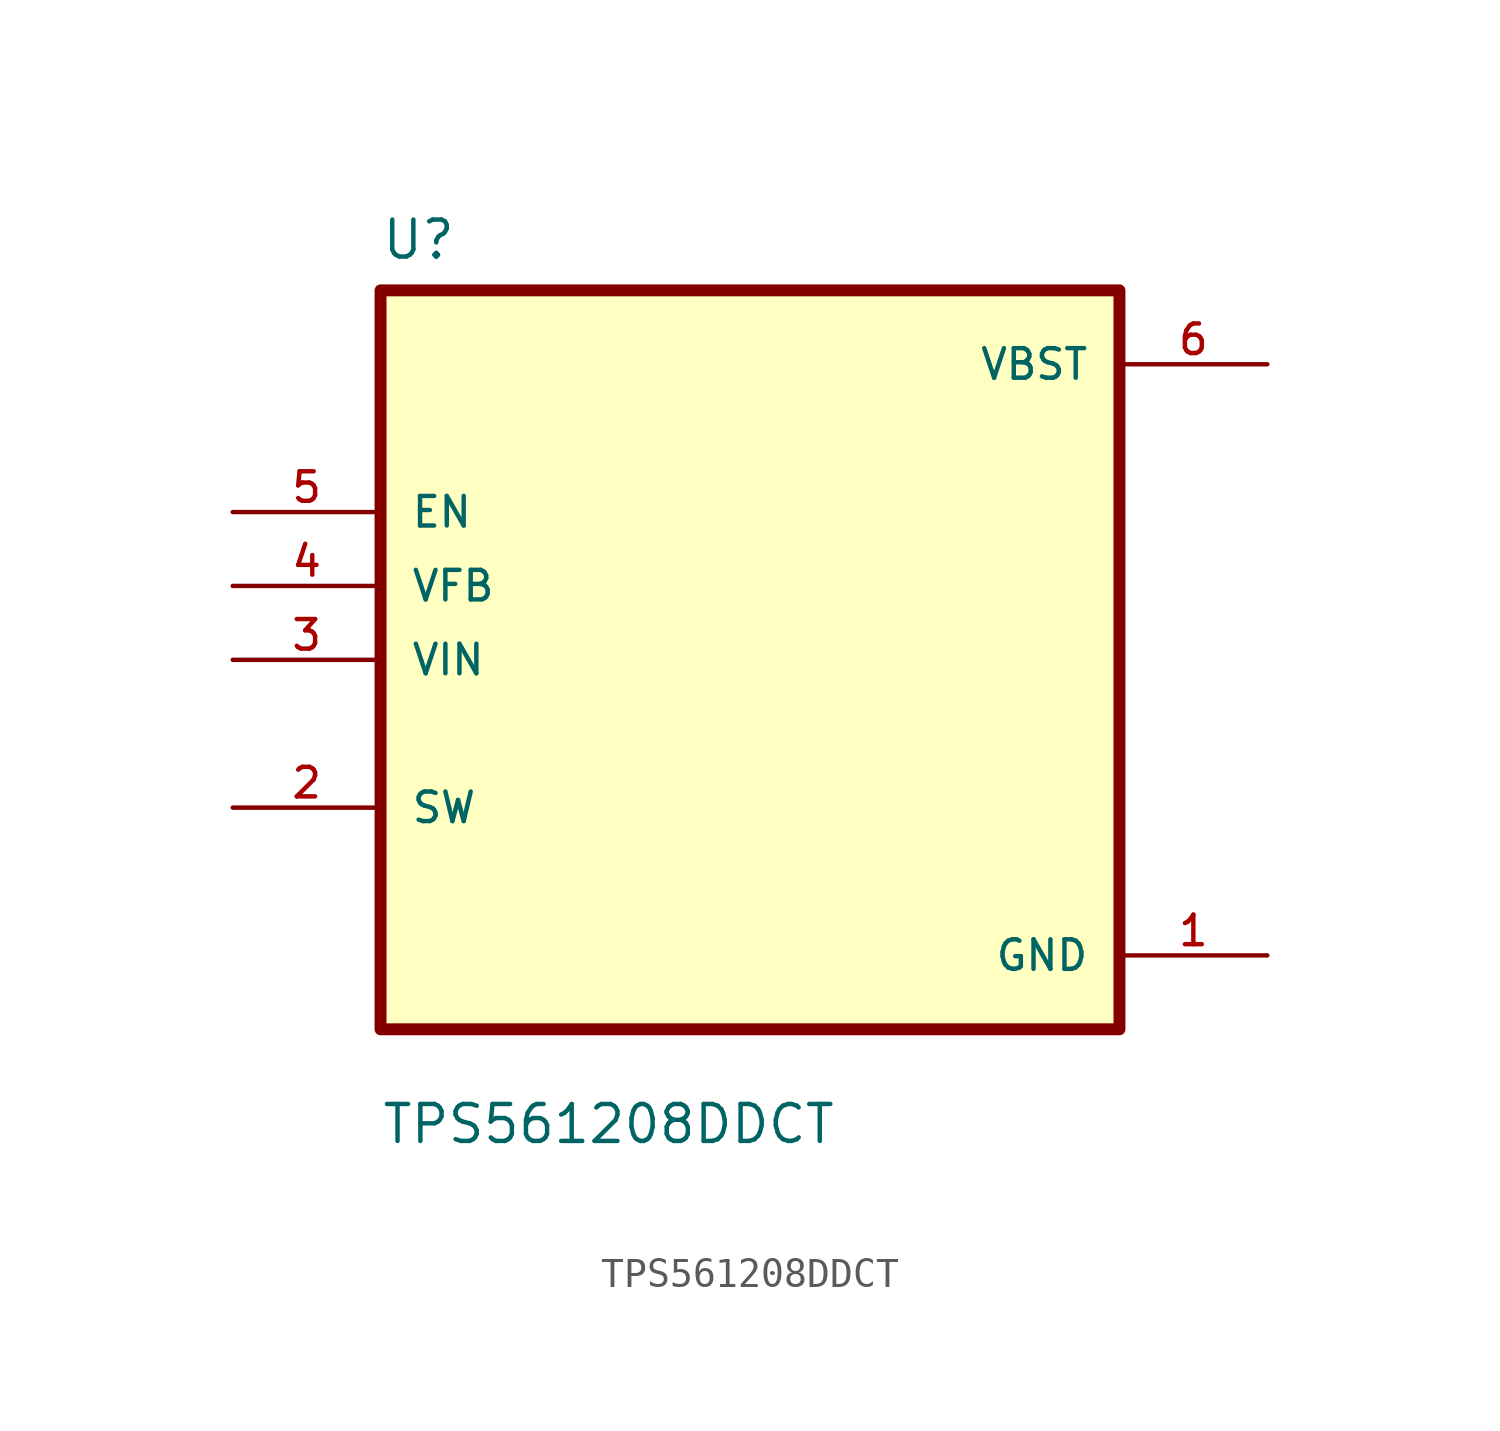
<source format=kicad_sym>
(kicad_symbol_lib
  (version 20211014)
  (generator kicad_symbol_editor)
  (symbol "TPS561208DDCT"
    (pin_names
      (offset 1.016))
    (property "Reference" "U"
      (at -12.7 13.7 0.0)
      (effects (font (size 1.27 1.27)) (justify bottom left)))
    (property "Value" "TPS561208DDCT"
      (at -12.7 -16.7 0.0)
      (effects (font (size 1.27 1.27)) (justify bottom left)))
    (symbol "TPS561208DDCT_0_0"
      (rectangle (start -12.7 -12.7) (end 12.7 12.7) (stroke (width 0.41)) (fill (type background)))
      (pin input line (at -17.78 5.08 0) (length 5.08) (name "EN" (effects (font (size 1.016 1.016)))) (number "5" (effects (font (size 1.016 1.016)))))
      (pin input line (at -17.78 2.54 0) (length 5.08) (name "VFB" (effects (font (size 1.016 1.016)))) (number "4" (effects (font (size 1.016 1.016)))))
      (pin input line (at -17.78 -8.88178e-16 0) (length 5.08) (name "VIN" (effects (font (size 1.016 1.016)))) (number "3" (effects (font (size 1.016 1.016)))))
      (pin bidirectional line (at -17.78 -5.08 0) (length 5.08) (name "SW" (effects (font (size 1.016 1.016)))) (number "2" (effects (font (size 1.016 1.016)))))
      (pin power_in line (at 17.78 10.16 180.0) (length 5.08) (name "VBST" (effects (font (size 1.016 1.016)))) (number "6" (effects (font (size 1.016 1.016)))))
      (pin power_in line (at 17.78 -10.16 180.0) (length 5.08) (name "GND" (effects (font (size 1.016 1.016)))) (number "1" (effects (font (size 1.016 1.016))))))))
</source>
